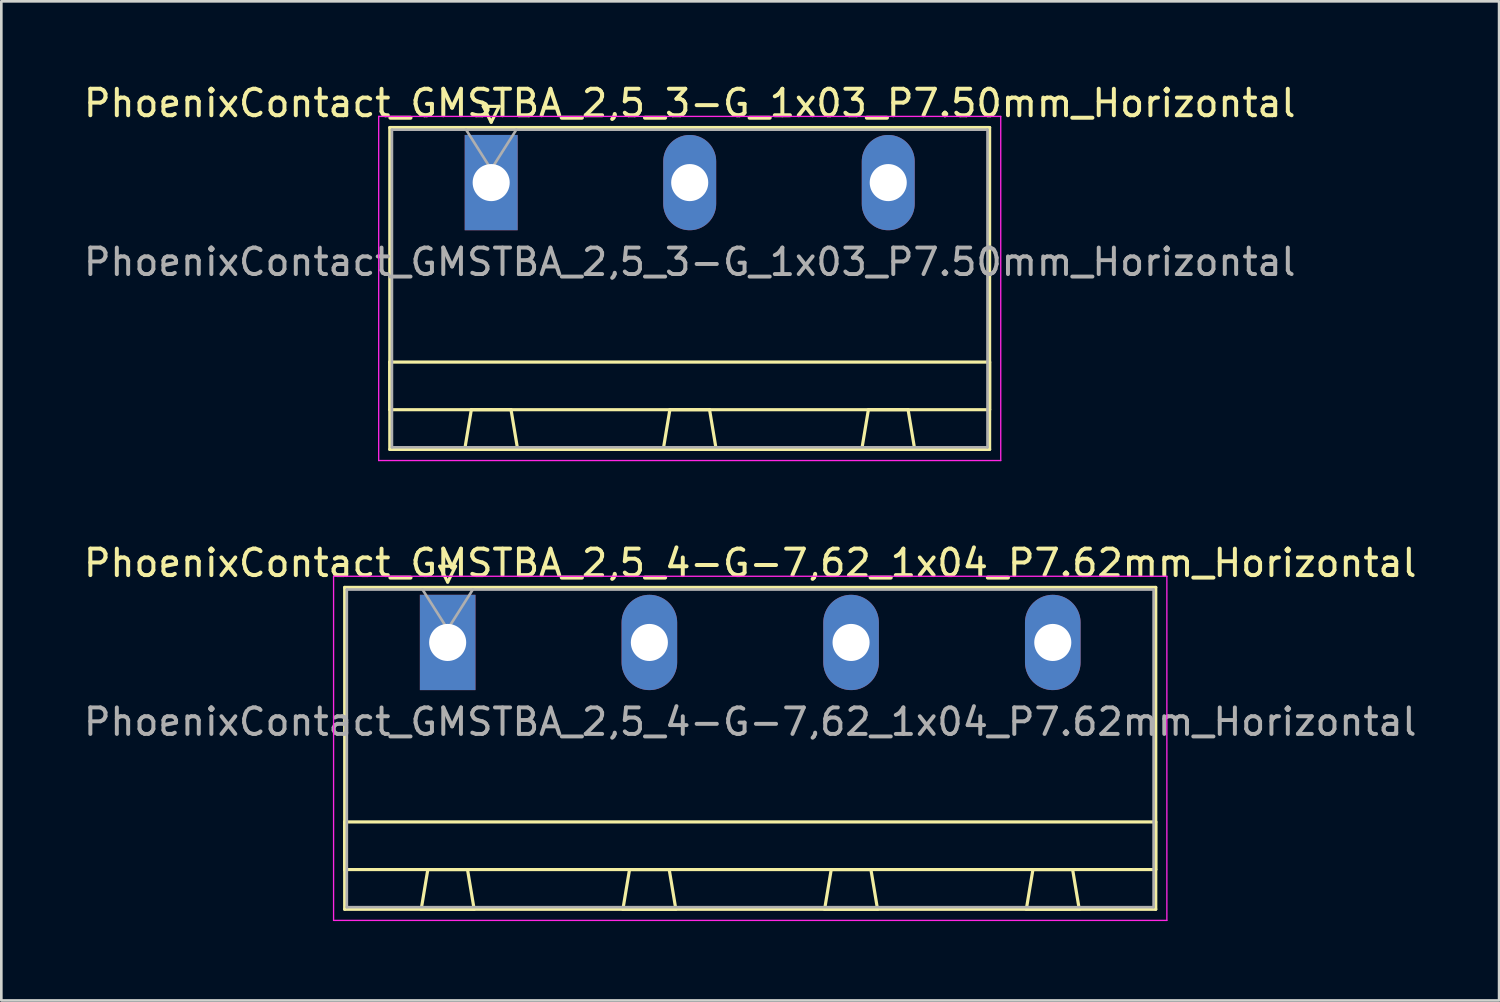
<source format=kicad_pcb>
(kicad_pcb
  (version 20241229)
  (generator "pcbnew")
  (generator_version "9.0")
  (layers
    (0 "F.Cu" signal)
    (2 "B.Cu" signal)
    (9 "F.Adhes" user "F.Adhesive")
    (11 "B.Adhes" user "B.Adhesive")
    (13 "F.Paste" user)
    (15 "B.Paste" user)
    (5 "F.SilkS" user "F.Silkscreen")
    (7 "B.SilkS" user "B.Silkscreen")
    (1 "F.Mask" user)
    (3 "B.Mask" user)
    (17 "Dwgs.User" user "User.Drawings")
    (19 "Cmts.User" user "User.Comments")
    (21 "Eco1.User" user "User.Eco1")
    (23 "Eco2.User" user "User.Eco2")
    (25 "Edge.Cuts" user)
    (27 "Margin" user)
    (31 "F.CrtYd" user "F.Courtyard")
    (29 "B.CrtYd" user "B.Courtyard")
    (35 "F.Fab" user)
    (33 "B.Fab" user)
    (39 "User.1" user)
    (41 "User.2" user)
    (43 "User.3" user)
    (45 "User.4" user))
  (footprint "PhoenixContact_GMSTBA_2,5_4-G-7,62_1x04_P7.62mm_Horizontal"
    (layer "F.Cu")
    (at 13.862 21.221)
    (property "Reference" "PhoenixContact_GMSTBA_2,5_4-G-7,62_1x04_P7.62mm_Horizontal" (at 11.43 -3 0) (layer "F.SilkS") (effects (font (size 1 1) (thickness 0.15))))
    (attr through_hole)
    (fp_line (start -3.89 -2.08) (end -3.89 10.08) (stroke (width 0.12) (type solid)) (layer "F.SilkS"))
    (fp_line (start -3.89 6.78) (end 26.75 6.78) (stroke (width 0.12) (type solid)) (layer "F.SilkS"))
    (fp_line (start -3.89 8.58) (end -3.89 6.78) (stroke (width 0.12) (type solid)) (layer "F.SilkS"))
    (fp_line (start -3.89 10.08) (end 26.75 10.08) (stroke (width 0.12) (type solid)) (layer "F.SilkS"))
    (fp_line (start -1 10.08) (end 1 10.08) (stroke (width 0.12) (type solid)) (layer "F.SilkS"))
    (fp_line (start -0.75 8.58) (end -1 10.08) (stroke (width 0.12) (type solid)) (layer "F.SilkS"))
    (fp_line (start -0.3 -2.88) (end 0.3 -2.88) (stroke (width 0.12) (type solid)) (layer "F.SilkS"))
    (fp_line (start 0 -2.28) (end -0.3 -2.88) (stroke (width 0.12) (type solid)) (layer "F.SilkS"))
    (fp_line (start 0.3 -2.88) (end 0 -2.28) (stroke (width 0.12) (type solid)) (layer "F.SilkS"))
    (fp_line (start 0.75 8.58) (end -0.75 8.58) (stroke (width 0.12) (type solid)) (layer "F.SilkS"))
    (fp_line (start 1 10.08) (end 0.75 8.58) (stroke (width 0.12) (type solid)) (layer "F.SilkS"))
    (fp_line (start 6.62 10.08) (end 8.62 10.08) (stroke (width 0.12) (type solid)) (layer "F.SilkS"))
    (fp_line (start 6.87 8.58) (end 6.62 10.08) (stroke (width 0.12) (type solid)) (layer "F.SilkS"))
    (fp_line (start 8.37 8.58) (end 6.87 8.58) (stroke (width 0.12) (type solid)) (layer "F.SilkS"))
    (fp_line (start 8.62 10.08) (end 8.37 8.58) (stroke (width 0.12) (type solid)) (layer "F.SilkS"))
    (fp_line (start 14.24 10.08) (end 16.24 10.08) (stroke (width 0.12) (type solid)) (layer "F.SilkS"))
    (fp_line (start 14.49 8.58) (end 14.24 10.08) (stroke (width 0.12) (type solid)) (layer "F.SilkS"))
    (fp_line (start 15.99 8.58) (end 14.49 8.58) (stroke (width 0.12) (type solid)) (layer "F.SilkS"))
    (fp_line (start 16.24 10.08) (end 15.99 8.58) (stroke (width 0.12) (type solid)) (layer "F.SilkS"))
    (fp_line (start 21.86 10.08) (end 23.86 10.08) (stroke (width 0.12) (type solid)) (layer "F.SilkS"))
    (fp_line (start 22.11 8.58) (end 21.86 10.08) (stroke (width 0.12) (type solid)) (layer "F.SilkS"))
    (fp_line (start 23.61 8.58) (end 22.11 8.58) (stroke (width 0.12) (type solid)) (layer "F.SilkS"))
    (fp_line (start 23.86 10.08) (end 23.61 8.58) (stroke (width 0.12) (type solid)) (layer "F.SilkS"))
    (fp_line (start 26.75 -2.08) (end -3.89 -2.08) (stroke (width 0.12) (type solid)) (layer "F.SilkS"))
    (fp_line (start 26.75 6.78) (end 26.75 8.58) (stroke (width 0.12) (type solid)) (layer "F.SilkS"))
    (fp_line (start 26.75 8.58) (end -3.89 8.58) (stroke (width 0.12) (type solid)) (layer "F.SilkS"))
    (fp_line (start 26.75 10.08) (end 26.75 -2.08) (stroke (width 0.12) (type solid)) (layer "F.SilkS"))
    (fp_line (start -4.31 -2.5) (end -4.31 10.5) (stroke (width 0.05) (type solid)) (layer "F.CrtYd"))
    (fp_line (start -4.31 10.5) (end 27.17 10.5) (stroke (width 0.05) (type solid)) (layer "F.CrtYd"))
    (fp_line (start 27.17 -2.5) (end -4.31 -2.5) (stroke (width 0.05) (type solid)) (layer "F.CrtYd"))
    (fp_line (start 27.17 10.5) (end 27.17 -2.5) (stroke (width 0.05) (type solid)) (layer "F.CrtYd"))
    (fp_line (start -3.81 -2) (end -3.81 10) (stroke (width 0.1) (type solid)) (layer "F.Fab"))
    (fp_line (start -3.81 10) (end 26.67 10) (stroke (width 0.1) (type solid)) (layer "F.Fab"))
    (fp_line (start 0 -0.5) (end -0.95 -2) (stroke (width 0.1) (type solid)) (layer "F.Fab"))
    (fp_line (start 0.95 -2) (end 0 -0.5) (stroke (width 0.1) (type solid)) (layer "F.Fab"))
    (fp_line (start 26.67 -2) (end -3.81 -2) (stroke (width 0.1) (type solid)) (layer "F.Fab"))
    (fp_line (start 26.67 10) (end 26.67 -2) (stroke (width 0.1) (type solid)) (layer "F.Fab"))
    (fp_text user "${REFERENCE}" (at 11.43 3 0) (layer "F.Fab") (effects (font (size 1 1) (thickness 0.15))))
    (pad "1" thru_hole rect (at 0 0) (size 2.1 3.6) (drill 1.4) (layers "*.Cu" "*.Mask"))
    (pad "2" thru_hole oval (at 7.62 0) (size 2.1 3.6) (drill 1.4) (layers "*.Cu" "*.Mask"))
    (pad "3" thru_hole oval (at 15.24 0) (size 2.1 3.6) (drill 1.4) (layers "*.Cu" "*.Mask"))
    (pad "4" thru_hole oval (at 22.86 0) (size 2.1 3.6) (drill 1.4) (layers "*.Cu" "*.Mask")))
  (footprint "PhoenixContact_GMSTBA_2,5_3-G_1x03_P7.50mm_Horizontal"
    (layer "F.Cu")
    (at 15.506 3.848)
    (property "Reference" "PhoenixContact_GMSTBA_2,5_3-G_1x03_P7.50mm_Horizontal" (at 7.5 -3 0) (layer "F.SilkS") (effects (font (size 1 1) (thickness 0.15))))
    (attr through_hole)
    (fp_line (start -3.83 -2.08) (end -3.83 10.08) (stroke (width 0.12) (type solid)) (layer "F.SilkS"))
    (fp_line (start -3.83 6.78) (end 18.83 6.78) (stroke (width 0.12) (type solid)) (layer "F.SilkS"))
    (fp_line (start -3.83 8.58) (end -3.83 6.78) (stroke (width 0.12) (type solid)) (layer "F.SilkS"))
    (fp_line (start -3.83 10.08) (end 18.83 10.08) (stroke (width 0.12) (type solid)) (layer "F.SilkS"))
    (fp_line (start -1 10.08) (end 1 10.08) (stroke (width 0.12) (type solid)) (layer "F.SilkS"))
    (fp_line (start -0.75 8.58) (end -1 10.08) (stroke (width 0.12) (type solid)) (layer "F.SilkS"))
    (fp_line (start -0.3 -2.88) (end 0.3 -2.88) (stroke (width 0.12) (type solid)) (layer "F.SilkS"))
    (fp_line (start 0 -2.28) (end -0.3 -2.88) (stroke (width 0.12) (type solid)) (layer "F.SilkS"))
    (fp_line (start 0.3 -2.88) (end 0 -2.28) (stroke (width 0.12) (type solid)) (layer "F.SilkS"))
    (fp_line (start 0.75 8.58) (end -0.75 8.58) (stroke (width 0.12) (type solid)) (layer "F.SilkS"))
    (fp_line (start 1 10.08) (end 0.75 8.58) (stroke (width 0.12) (type solid)) (layer "F.SilkS"))
    (fp_line (start 6.5 10.08) (end 8.5 10.08) (stroke (width 0.12) (type solid)) (layer "F.SilkS"))
    (fp_line (start 6.75 8.58) (end 6.5 10.08) (stroke (width 0.12) (type solid)) (layer "F.SilkS"))
    (fp_line (start 8.25 8.58) (end 6.75 8.58) (stroke (width 0.12) (type solid)) (layer "F.SilkS"))
    (fp_line (start 8.5 10.08) (end 8.25 8.58) (stroke (width 0.12) (type solid)) (layer "F.SilkS"))
    (fp_line (start 14 10.08) (end 16 10.08) (stroke (width 0.12) (type solid)) (layer "F.SilkS"))
    (fp_line (start 14.25 8.58) (end 14 10.08) (stroke (width 0.12) (type solid)) (layer "F.SilkS"))
    (fp_line (start 15.75 8.58) (end 14.25 8.58) (stroke (width 0.12) (type solid)) (layer "F.SilkS"))
    (fp_line (start 16 10.08) (end 15.75 8.58) (stroke (width 0.12) (type solid)) (layer "F.SilkS"))
    (fp_line (start 18.83 -2.08) (end -3.83 -2.08) (stroke (width 0.12) (type solid)) (layer "F.SilkS"))
    (fp_line (start 18.83 6.78) (end 18.83 8.58) (stroke (width 0.12) (type solid)) (layer "F.SilkS"))
    (fp_line (start 18.83 8.58) (end -3.83 8.58) (stroke (width 0.12) (type solid)) (layer "F.SilkS"))
    (fp_line (start 18.83 10.08) (end 18.83 -2.08) (stroke (width 0.12) (type solid)) (layer "F.SilkS"))
    (fp_line (start -4.25 -2.5) (end -4.25 10.5) (stroke (width 0.05) (type solid)) (layer "F.CrtYd"))
    (fp_line (start -4.25 10.5) (end 19.25 10.5) (stroke (width 0.05) (type solid)) (layer "F.CrtYd"))
    (fp_line (start 19.25 -2.5) (end -4.25 -2.5) (stroke (width 0.05) (type solid)) (layer "F.CrtYd"))
    (fp_line (start 19.25 10.5) (end 19.25 -2.5) (stroke (width 0.05) (type solid)) (layer "F.CrtYd"))
    (fp_line (start -3.75 -2) (end -3.75 10) (stroke (width 0.1) (type solid)) (layer "F.Fab"))
    (fp_line (start -3.75 10) (end 18.75 10) (stroke (width 0.1) (type solid)) (layer "F.Fab"))
    (fp_line (start 0 -0.5) (end -0.95 -2) (stroke (width 0.1) (type solid)) (layer "F.Fab"))
    (fp_line (start 0.95 -2) (end 0 -0.5) (stroke (width 0.1) (type solid)) (layer "F.Fab"))
    (fp_line (start 18.75 -2) (end -3.75 -2) (stroke (width 0.1) (type solid)) (layer "F.Fab"))
    (fp_line (start 18.75 10) (end 18.75 -2) (stroke (width 0.1) (type solid)) (layer "F.Fab"))
    (fp_text user "${REFERENCE}" (at 7.5 3 0) (layer "F.Fab") (effects (font (size 1 1) (thickness 0.15))))
    (pad "1" thru_hole rect (at 0 0) (size 2 3.6) (drill 1.4) (layers "*.Cu" "*.Mask"))
    (pad "2" thru_hole oval (at 7.5 0) (size 2 3.6) (drill 1.4) (layers "*.Cu" "*.Mask"))
    (pad "3" thru_hole oval (at 15 0) (size 2 3.6) (drill 1.4) (layers "*.Cu" "*.Mask")))
  (gr_rect
    (start -3 -3)
    (end 53.583 34.746)
    (stroke (width 0.1) (type default))
    (fill no)
    (layer "Edge.Cuts")))
</source>
